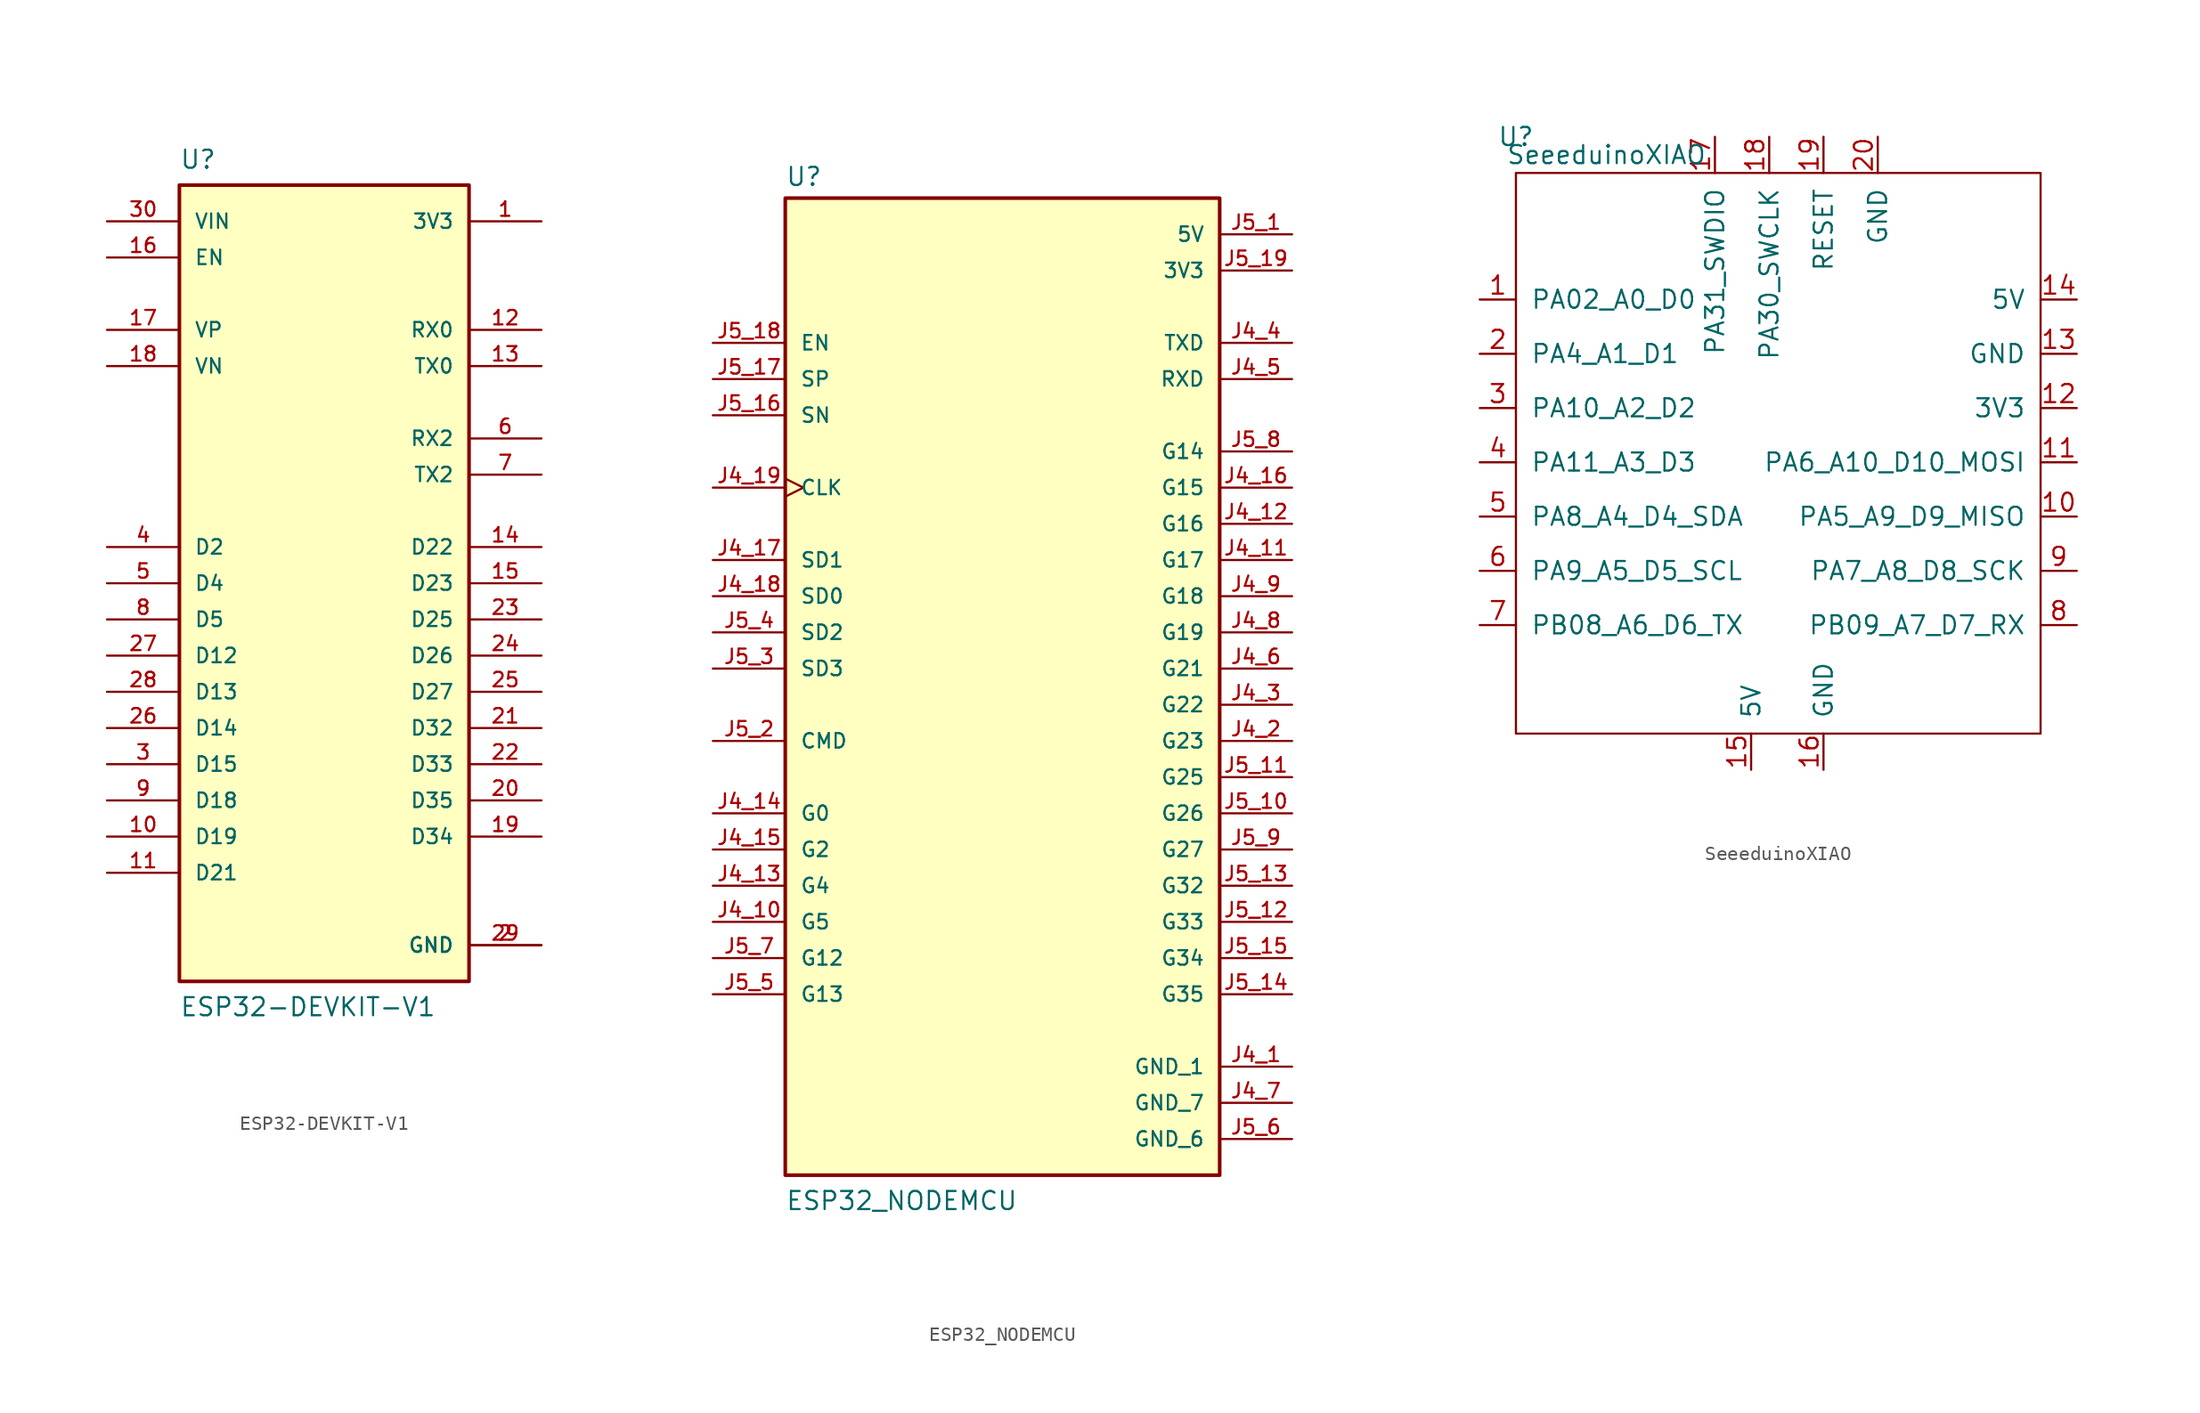
<source format=kicad_sym>
(kicad_symbol_lib
  (version 20241209)
  (generator "kicad_symbol_editor")
  (generator_version "9.0")
  (symbol "ESP32-DEVKIT-V1"
    (pin_names
      (offset 1.016))
    (property "Reference" "U"
      (at -10.16 30.48 0)
      (effects (font (size 1.27 1.27)) (justify left top)))
    (property "Value" "ESP32-DEVKIT-V1"
      (at -10.16 -30.48 0)
      (effects (font (size 1.27 1.27)) (justify left bottom)))
    (symbol "ESP32-DEVKIT-V1_0_0"
      (rectangle (start -10.16 -27.94) (end 10.16 27.94) (stroke (width 0.254) (type default)) (fill (type background)))
      (pin input line (at -15.24 25.4 0) (length 5.08) (name "VIN" (effects (font (size 1.016 1.016)))) (number "30" (effects (font (size 1.016 1.016)))))
      (pin input line (at -15.24 22.86 0) (length 5.08) (name "EN" (effects (font (size 1.016 1.016)))) (number "16" (effects (font (size 1.016 1.016)))))
      (pin bidirectional line (at -15.24 17.78 0) (length 5.08) (name "VP" (effects (font (size 1.016 1.016)))) (number "17" (effects (font (size 1.016 1.016)))))
      (pin bidirectional line (at -15.24 15.24 0) (length 5.08) (name "VN" (effects (font (size 1.016 1.016)))) (number "18" (effects (font (size 1.016 1.016)))))
      (pin bidirectional line (at -15.24 2.54 0) (length 5.08) (name "D2" (effects (font (size 1.016 1.016)))) (number "4" (effects (font (size 1.016 1.016)))))
      (pin bidirectional line (at -15.24 0 0) (length 5.08) (name "D4" (effects (font (size 1.016 1.016)))) (number "5" (effects (font (size 1.016 1.016)))))
      (pin bidirectional line (at -15.24 -2.54 0) (length 5.08) (name "D5" (effects (font (size 1.016 1.016)))) (number "8" (effects (font (size 1.016 1.016)))))
      (pin bidirectional line (at -15.24 -5.08 0) (length 5.08) (name "D12" (effects (font (size 1.016 1.016)))) (number "27" (effects (font (size 1.016 1.016)))))
      (pin bidirectional line (at -15.24 -7.62 0) (length 5.08) (name "D13" (effects (font (size 1.016 1.016)))) (number "28" (effects (font (size 1.016 1.016)))))
      (pin bidirectional line (at -15.24 -10.16 0) (length 5.08) (name "D14" (effects (font (size 1.016 1.016)))) (number "26" (effects (font (size 1.016 1.016)))))
      (pin bidirectional line (at -15.24 -12.7 0) (length 5.08) (name "D15" (effects (font (size 1.016 1.016)))) (number "3" (effects (font (size 1.016 1.016)))))
      (pin bidirectional line (at -15.24 -15.24 0) (length 5.08) (name "D18" (effects (font (size 1.016 1.016)))) (number "9" (effects (font (size 1.016 1.016)))))
      (pin bidirectional line (at -15.24 -17.78 0) (length 5.08) (name "D19" (effects (font (size 1.016 1.016)))) (number "10" (effects (font (size 1.016 1.016)))))
      (pin bidirectional line (at -15.24 -20.32 0) (length 5.08) (name "D21" (effects (font (size 1.016 1.016)))) (number "11" (effects (font (size 1.016 1.016)))))
      (pin output line (at 15.24 25.4 180) (length 5.08) (name "3V3" (effects (font (size 1.016 1.016)))) (number "1" (effects (font (size 1.016 1.016)))))
      (pin input line (at 15.24 17.78 180) (length 5.08) (name "RX0" (effects (font (size 1.016 1.016)))) (number "12" (effects (font (size 1.016 1.016)))))
      (pin output line (at 15.24 15.24 180) (length 5.08) (name "TX0" (effects (font (size 1.016 1.016)))) (number "13" (effects (font (size 1.016 1.016)))))
      (pin input line (at 15.24 10.16 180) (length 5.08) (name "RX2" (effects (font (size 1.016 1.016)))) (number "6" (effects (font (size 1.016 1.016)))))
      (pin output line (at 15.24 7.62 180) (length 5.08) (name "TX2" (effects (font (size 1.016 1.016)))) (number "7" (effects (font (size 1.016 1.016)))))
      (pin bidirectional line (at 15.24 2.54 180) (length 5.08) (name "D22" (effects (font (size 1.016 1.016)))) (number "14" (effects (font (size 1.016 1.016)))))
      (pin bidirectional line (at 15.24 0 180) (length 5.08) (name "D23" (effects (font (size 1.016 1.016)))) (number "15" (effects (font (size 1.016 1.016)))))
      (pin bidirectional line (at 15.24 -2.54 180) (length 5.08) (name "D25" (effects (font (size 1.016 1.016)))) (number "23" (effects (font (size 1.016 1.016)))))
      (pin bidirectional line (at 15.24 -5.08 180) (length 5.08) (name "D26" (effects (font (size 1.016 1.016)))) (number "24" (effects (font (size 1.016 1.016)))))
      (pin bidirectional line (at 15.24 -7.62 180) (length 5.08) (name "D27" (effects (font (size 1.016 1.016)))) (number "25" (effects (font (size 1.016 1.016)))))
      (pin bidirectional line (at 15.24 -10.16 180) (length 5.08) (name "D32" (effects (font (size 1.016 1.016)))) (number "21" (effects (font (size 1.016 1.016)))))
      (pin bidirectional line (at 15.24 -12.7 180) (length 5.08) (name "D33" (effects (font (size 1.016 1.016)))) (number "22" (effects (font (size 1.016 1.016)))))
      (pin bidirectional line (at 15.24 -15.24 180) (length 5.08) (name "D35" (effects (font (size 1.016 1.016)))) (number "20" (effects (font (size 1.016 1.016)))))
      (pin bidirectional line (at 15.24 -17.78 180) (length 5.08) (name "D34" (effects (font (size 1.016 1.016)))) (number "19" (effects (font (size 1.016 1.016)))))
      (pin power_in line (at 15.24 -25.4 180) (length 5.08) (name "GND" (effects (font (size 1.016 1.016)))) (number "2" (effects (font (size 1.016 1.016)))))
      (pin power_in line (at 15.24 -25.4 180) (length 5.08) (name "GND" (effects (font (size 1.016 1.016)))) (number "29" (effects (font (size 1.016 1.016)))))))
  (symbol "ESP32_NODEMCU"
    (pin_names
      (offset 1.016))
    (property "Reference" "U"
      (at -15.24 36.322 0)
      (effects (font (size 1.27 1.27)) (justify left bottom)))
    (property "Value" "ESP32_NODEMCU"
      (at -15.24 -35.56 0)
      (effects (font (size 1.27 1.27)) (justify left bottom)))
    (symbol "ESP32_NODEMCU_0_0"
      (rectangle (start -15.24 35.56) (end 15.24 -33.02) (stroke (width 0.254) (type default)) (fill (type background)))
      (pin input line (at -20.32 25.4 0) (length 5.08) (name "EN" (effects (font (size 1.016 1.016)))) (number "J5_18" (effects (font (size 1.016 1.016)))))
      (pin input line (at -20.32 22.86 0) (length 5.08) (name "SP" (effects (font (size 1.016 1.016)))) (number "J5_17" (effects (font (size 1.016 1.016)))))
      (pin input line (at -20.32 20.32 0) (length 5.08) (name "SN" (effects (font (size 1.016 1.016)))) (number "J5_16" (effects (font (size 1.016 1.016)))))
      (pin input clock (at -20.32 15.24 0) (length 5.08) (name "CLK" (effects (font (size 1.016 1.016)))) (number "J4_19" (effects (font (size 1.016 1.016)))))
      (pin bidirectional line (at -20.32 10.16 0) (length 5.08) (name "SD1" (effects (font (size 1.016 1.016)))) (number "J4_17" (effects (font (size 1.016 1.016)))))
      (pin bidirectional line (at -20.32 7.62 0) (length 5.08) (name "SD0" (effects (font (size 1.016 1.016)))) (number "J4_18" (effects (font (size 1.016 1.016)))))
      (pin bidirectional line (at -20.32 5.08 0) (length 5.08) (name "SD2" (effects (font (size 1.016 1.016)))) (number "J5_4" (effects (font (size 1.016 1.016)))))
      (pin bidirectional line (at -20.32 2.54 0) (length 5.08) (name "SD3" (effects (font (size 1.016 1.016)))) (number "J5_3" (effects (font (size 1.016 1.016)))))
      (pin bidirectional line (at -20.32 -2.54 0) (length 5.08) (name "CMD" (effects (font (size 1.016 1.016)))) (number "J5_2" (effects (font (size 1.016 1.016)))))
      (pin bidirectional line (at -20.32 -7.62 0) (length 5.08) (name "G0" (effects (font (size 1.016 1.016)))) (number "J4_14" (effects (font (size 1.016 1.016)))))
      (pin bidirectional line (at -20.32 -10.16 0) (length 5.08) (name "G2" (effects (font (size 1.016 1.016)))) (number "J4_15" (effects (font (size 1.016 1.016)))))
      (pin bidirectional line (at -20.32 -12.7 0) (length 5.08) (name "G4" (effects (font (size 1.016 1.016)))) (number "J4_13" (effects (font (size 1.016 1.016)))))
      (pin bidirectional line (at -20.32 -15.24 0) (length 5.08) (name "G5" (effects (font (size 1.016 1.016)))) (number "J4_10" (effects (font (size 1.016 1.016)))))
      (pin bidirectional line (at -20.32 -17.78 0) (length 5.08) (name "G12" (effects (font (size 1.016 1.016)))) (number "J5_7" (effects (font (size 1.016 1.016)))))
      (pin bidirectional line (at -20.32 -20.32 0) (length 5.08) (name "G13" (effects (font (size 1.016 1.016)))) (number "J5_5" (effects (font (size 1.016 1.016)))))
      (pin power_in line (at 20.32 33.02 180) (length 5.08) (name "5V" (effects (font (size 1.016 1.016)))) (number "J5_1" (effects (font (size 1.016 1.016)))))
      (pin power_in line (at 20.32 30.48 180) (length 5.08) (name "3V3" (effects (font (size 1.016 1.016)))) (number "J5_19" (effects (font (size 1.016 1.016)))))
      (pin output line (at 20.32 25.4 180) (length 5.08) (name "TXD" (effects (font (size 1.016 1.016)))) (number "J4_4" (effects (font (size 1.016 1.016)))))
      (pin input line (at 20.32 22.86 180) (length 5.08) (name "RXD" (effects (font (size 1.016 1.016)))) (number "J4_5" (effects (font (size 1.016 1.016)))))
      (pin bidirectional line (at 20.32 17.78 180) (length 5.08) (name "G14" (effects (font (size 1.016 1.016)))) (number "J5_8" (effects (font (size 1.016 1.016)))))
      (pin bidirectional line (at 20.32 15.24 180) (length 5.08) (name "G15" (effects (font (size 1.016 1.016)))) (number "J4_16" (effects (font (size 1.016 1.016)))))
      (pin bidirectional line (at 20.32 12.7 180) (length 5.08) (name "G16" (effects (font (size 1.016 1.016)))) (number "J4_12" (effects (font (size 1.016 1.016)))))
      (pin bidirectional line (at 20.32 10.16 180) (length 5.08) (name "G17" (effects (font (size 1.016 1.016)))) (number "J4_11" (effects (font (size 1.016 1.016)))))
      (pin bidirectional line (at 20.32 7.62 180) (length 5.08) (name "G18" (effects (font (size 1.016 1.016)))) (number "J4_9" (effects (font (size 1.016 1.016)))))
      (pin bidirectional line (at 20.32 5.08 180) (length 5.08) (name "G19" (effects (font (size 1.016 1.016)))) (number "J4_8" (effects (font (size 1.016 1.016)))))
      (pin bidirectional line (at 20.32 2.54 180) (length 5.08) (name "G21" (effects (font (size 1.016 1.016)))) (number "J4_6" (effects (font (size 1.016 1.016)))))
      (pin bidirectional line (at 20.32 0 180) (length 5.08) (name "G22" (effects (font (size 1.016 1.016)))) (number "J4_3" (effects (font (size 1.016 1.016)))))
      (pin bidirectional line (at 20.32 -2.54 180) (length 5.08) (name "G23" (effects (font (size 1.016 1.016)))) (number "J4_2" (effects (font (size 1.016 1.016)))))
      (pin bidirectional line (at 20.32 -5.08 180) (length 5.08) (name "G25" (effects (font (size 1.016 1.016)))) (number "J5_11" (effects (font (size 1.016 1.016)))))
      (pin bidirectional line (at 20.32 -7.62 180) (length 5.08) (name "G26" (effects (font (size 1.016 1.016)))) (number "J5_10" (effects (font (size 1.016 1.016)))))
      (pin bidirectional line (at 20.32 -10.16 180) (length 5.08) (name "G27" (effects (font (size 1.016 1.016)))) (number "J5_9" (effects (font (size 1.016 1.016)))))
      (pin bidirectional line (at 20.32 -12.7 180) (length 5.08) (name "G32" (effects (font (size 1.016 1.016)))) (number "J5_13" (effects (font (size 1.016 1.016)))))
      (pin bidirectional line (at 20.32 -15.24 180) (length 5.08) (name "G33" (effects (font (size 1.016 1.016)))) (number "J5_12" (effects (font (size 1.016 1.016)))))
      (pin bidirectional line (at 20.32 -17.78 180) (length 5.08) (name "G34" (effects (font (size 1.016 1.016)))) (number "J5_15" (effects (font (size 1.016 1.016)))))
      (pin bidirectional line (at 20.32 -20.32 180) (length 5.08) (name "G35" (effects (font (size 1.016 1.016)))) (number "J5_14" (effects (font (size 1.016 1.016)))))
      (pin power_in line (at 20.32 -25.4 180) (length 5.08) (name "GND_1" (effects (font (size 1.016 1.016)))) (number "J4_1" (effects (font (size 1.016 1.016)))))
      (pin power_in line (at 20.32 -27.94 180) (length 5.08) (name "GND_7" (effects (font (size 1.016 1.016)))) (number "J4_7" (effects (font (size 1.016 1.016)))))
      (pin power_in line (at 20.32 -30.48 180) (length 5.08) (name "GND_6" (effects (font (size 1.016 1.016)))) (number "J5_6" (effects (font (size 1.016 1.016)))))))
  (symbol "SeeeduinoXIAO"
    (pin_names
      (offset 1.016))
    (property "Reference" "U"
      (at -19.05 22.86 0)
      (effects (font (size 1.27 1.27))))
    (property "Value" "SeeeduinoXIAO"
      (at -12.7 21.59 0)
      (effects (font (size 1.27 1.27))))
    (symbol "SeeeduinoXIAO_0_1"
      (rectangle (start -19.05 20.32) (end 17.78 -19.05) (stroke (width 0) (type solid)) (fill (type none))))
    (symbol "SeeeduinoXIAO_1_1"
      (pin unspecified line (at -21.59 11.43 0) (length 2.54) (name "PA02_A0_D0" (effects (font (size 1.27 1.27)))) (number "1" (effects (font (size 1.27 1.27)))))
      (pin unspecified line (at -21.59 7.62 0) (length 2.54) (name "PA4_A1_D1" (effects (font (size 1.27 1.27)))) (number "2" (effects (font (size 1.27 1.27)))))
      (pin unspecified line (at -21.59 3.81 0) (length 2.54) (name "PA10_A2_D2" (effects (font (size 1.27 1.27)))) (number "3" (effects (font (size 1.27 1.27)))))
      (pin unspecified line (at -21.59 0 0) (length 2.54) (name "PA11_A3_D3" (effects (font (size 1.27 1.27)))) (number "4" (effects (font (size 1.27 1.27)))))
      (pin unspecified line (at -21.59 -3.81 0) (length 2.54) (name "PA8_A4_D4_SDA" (effects (font (size 1.27 1.27)))) (number "5" (effects (font (size 1.27 1.27)))))
      (pin unspecified line (at -21.59 -7.62 0) (length 2.54) (name "PA9_A5_D5_SCL" (effects (font (size 1.27 1.27)))) (number "6" (effects (font (size 1.27 1.27)))))
      (pin unspecified line (at -21.59 -11.43 0) (length 2.54) (name "PB08_A6_D6_TX" (effects (font (size 1.27 1.27)))) (number "7" (effects (font (size 1.27 1.27)))))
      (pin input line (at -5.08 22.86 270) (length 2.54) (name "PA31_SWDIO" (effects (font (size 1.27 1.27)))) (number "17" (effects (font (size 1.27 1.27)))))
      (pin input line (at -2.54 -21.59 90) (length 2.54) (name "5V" (effects (font (size 1.27 1.27)))) (number "15" (effects (font (size 1.27 1.27)))))
      (pin input line (at -1.27 22.86 270) (length 2.54) (name "PA30_SWCLK" (effects (font (size 1.27 1.27)))) (number "18" (effects (font (size 1.27 1.27)))))
      (pin input line (at 2.54 22.86 270) (length 2.54) (name "RESET" (effects (font (size 1.27 1.27)))) (number "19" (effects (font (size 1.27 1.27)))))
      (pin input line (at 2.54 -21.59 90) (length 2.54) (name "GND" (effects (font (size 1.27 1.27)))) (number "16" (effects (font (size 1.27 1.27)))))
      (pin input line (at 6.35 22.86 270) (length 2.54) (name "GND" (effects (font (size 1.27 1.27)))) (number "20" (effects (font (size 1.27 1.27)))))
      (pin unspecified line (at 20.32 11.43 180) (length 2.54) (name "5V" (effects (font (size 1.27 1.27)))) (number "14" (effects (font (size 1.27 1.27)))))
      (pin unspecified line (at 20.32 7.62 180) (length 2.54) (name "GND" (effects (font (size 1.27 1.27)))) (number "13" (effects (font (size 1.27 1.27)))))
      (pin unspecified line (at 20.32 3.81 180) (length 2.54) (name "3V3" (effects (font (size 1.27 1.27)))) (number "12" (effects (font (size 1.27 1.27)))))
      (pin unspecified line (at 20.32 0 180) (length 2.54) (name "PA6_A10_D10_MOSI" (effects (font (size 1.27 1.27)))) (number "11" (effects (font (size 1.27 1.27)))))
      (pin unspecified line (at 20.32 -3.81 180) (length 2.54) (name "PA5_A9_D9_MISO" (effects (font (size 1.27 1.27)))) (number "10" (effects (font (size 1.27 1.27)))))
      (pin unspecified line (at 20.32 -7.62 180) (length 2.54) (name "PA7_A8_D8_SCK" (effects (font (size 1.27 1.27)))) (number "9" (effects (font (size 1.27 1.27)))))
      (pin unspecified line (at 20.32 -11.43 180) (length 2.54) (name "PB09_A7_D7_RX" (effects (font (size 1.27 1.27)))) (number "8" (effects (font (size 1.27 1.27))))))))
</source>
